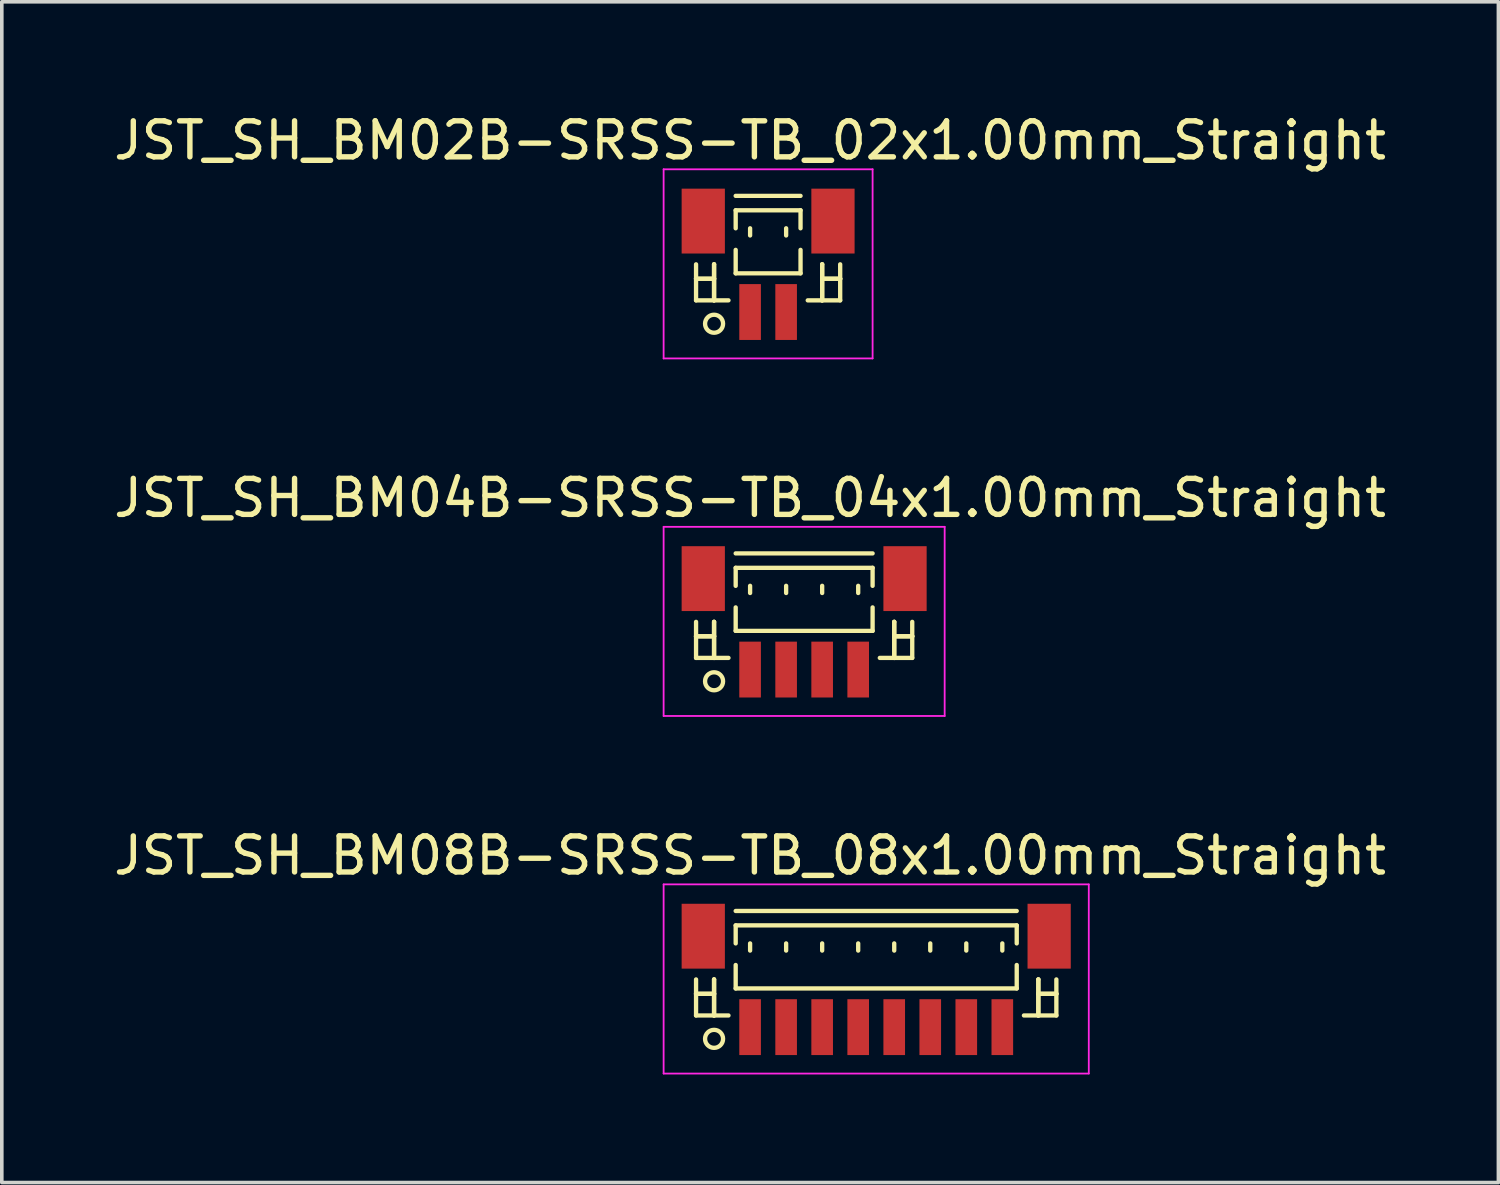
<source format=kicad_pcb>
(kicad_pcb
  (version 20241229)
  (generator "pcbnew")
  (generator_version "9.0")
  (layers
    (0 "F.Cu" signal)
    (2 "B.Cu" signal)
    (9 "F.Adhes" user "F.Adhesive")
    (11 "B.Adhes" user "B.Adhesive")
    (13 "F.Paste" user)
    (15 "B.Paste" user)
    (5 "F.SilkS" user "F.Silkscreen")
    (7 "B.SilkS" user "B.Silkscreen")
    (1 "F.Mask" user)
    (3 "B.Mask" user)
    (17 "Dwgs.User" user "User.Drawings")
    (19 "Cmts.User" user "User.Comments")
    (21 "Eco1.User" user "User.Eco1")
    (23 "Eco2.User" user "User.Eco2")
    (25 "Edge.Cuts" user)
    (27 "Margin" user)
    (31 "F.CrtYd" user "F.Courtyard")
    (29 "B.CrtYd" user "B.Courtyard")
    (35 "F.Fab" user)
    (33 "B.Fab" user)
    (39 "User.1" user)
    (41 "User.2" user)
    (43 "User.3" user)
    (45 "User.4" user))
  (footprint "JST_SH_BM02B-SRSS-TB_02x1.00mm_Straight"
    (layer "F.Cu")
    (at 18.268 4.348)
    (property "Reference" "JST_SH_BM02B-SRSS-TB_02x1.00mm_Straight" (at -0.5 -3.5 0) (layer "F.SilkS") (effects (font (size 1 1) (thickness 0.15))))
    (attr smd)
    (fp_line (start -2 -0.062) (end -2 0.938) (stroke (width 0.12) (type solid)) (layer "F.SilkS"))
    (fp_line (start -2 0.338) (end -2 0.338) (stroke (width 0.12) (type solid)) (layer "F.SilkS"))
    (fp_line (start -2 0.338) (end -1.5 0.338) (stroke (width 0.12) (type solid)) (layer "F.SilkS"))
    (fp_line (start -2 0.938) (end -1.1 0.938) (stroke (width 0.12) (type solid)) (layer "F.SilkS"))
    (fp_line (start -1.5 -0.062) (end -1.5 -0.062) (stroke (width 0.12) (type solid)) (layer "F.SilkS"))
    (fp_line (start -1.5 -0.062) (end -1.5 0.938) (stroke (width 0.12) (type solid)) (layer "F.SilkS"))
    (fp_line (start -1.5 0.338) (end -2 0.338) (stroke (width 0.12) (type solid)) (layer "F.SilkS"))
    (fp_line (start -1.5 0.338) (end -1.5 0.338) (stroke (width 0.12) (type solid)) (layer "F.SilkS"))
    (fp_line (start -1.5 0.938) (end -1.5 -0.062) (stroke (width 0.12) (type solid)) (layer "F.SilkS"))
    (fp_line (start -1.5 0.938) (end -1.5 0.938) (stroke (width 0.12) (type solid)) (layer "F.SilkS"))
    (fp_line (start -0.9 -1.962) (end 0.9 -1.962) (stroke (width 0.12) (type solid)) (layer "F.SilkS"))
    (fp_line (start -0.9 -1.562) (end 0.9 -1.562) (stroke (width 0.12) (type solid)) (layer "F.SilkS"))
    (fp_line (start -0.9 -1.062) (end -0.9 -1.562) (stroke (width 0.12) (type solid)) (layer "F.SilkS"))
    (fp_line (start -0.9 -0.463) (end -0.9 0.188) (stroke (width 0.12) (type solid)) (layer "F.SilkS"))
    (fp_line (start -0.9 0.188) (end 0.9 0.188) (stroke (width 0.12) (type solid)) (layer "F.SilkS"))
    (fp_line (start -0.5 -1.062) (end -0.5 -0.863) (stroke (width 0.12) (type solid)) (layer "F.SilkS"))
    (fp_line (start 0.5 -1.062) (end 0.5 -0.863) (stroke (width 0.12) (type solid)) (layer "F.SilkS"))
    (fp_line (start 0.9 -1.562) (end 0.9 -1.062) (stroke (width 0.12) (type solid)) (layer "F.SilkS"))
    (fp_line (start 0.9 0.188) (end 0.9 -0.463) (stroke (width 0.12) (type solid)) (layer "F.SilkS"))
    (fp_line (start 1.5 -0.062) (end 1.5 -0.062) (stroke (width 0.12) (type solid)) (layer "F.SilkS"))
    (fp_line (start 1.5 -0.062) (end 1.5 0.938) (stroke (width 0.12) (type solid)) (layer "F.SilkS"))
    (fp_line (start 1.5 0.338) (end 1.5 0.338) (stroke (width 0.12) (type solid)) (layer "F.SilkS"))
    (fp_line (start 1.5 0.338) (end 2 0.338) (stroke (width 0.12) (type solid)) (layer "F.SilkS"))
    (fp_line (start 1.5 0.938) (end 1.5 -0.062) (stroke (width 0.12) (type solid)) (layer "F.SilkS"))
    (fp_line (start 1.5 0.938) (end 1.5 0.938) (stroke (width 0.12) (type solid)) (layer "F.SilkS"))
    (fp_line (start 2 -0.062) (end 2 0.938) (stroke (width 0.12) (type solid)) (layer "F.SilkS"))
    (fp_line (start 2 0.338) (end 1.5 0.338) (stroke (width 0.12) (type solid)) (layer "F.SilkS"))
    (fp_line (start 2 0.338) (end 2 0.338) (stroke (width 0.12) (type solid)) (layer "F.SilkS"))
    (fp_line (start 2 0.938) (end 1.1 0.938) (stroke (width 0.12) (type solid)) (layer "F.SilkS"))
    (fp_circle (center -1.5 1.587) (end -1.25 1.587) (stroke (width 0.12) (type solid)) (fill no) (layer "F.SilkS"))
    (fp_line (start -2.9 -2.7) (end 2.9 -2.7) (stroke (width 0.05) (type solid)) (layer "F.CrtYd"))
    (fp_line (start -2.9 2.55) (end -2.9 -2.7) (stroke (width 0.05) (type solid)) (layer "F.CrtYd"))
    (fp_line (start 2.9 -2.7) (end 2.9 2.55) (stroke (width 0.05) (type solid)) (layer "F.CrtYd"))
    (fp_line (start 2.9 2.55) (end -2.9 2.55) (stroke (width 0.05) (type solid)) (layer "F.CrtYd"))
    (pad "" smd rect (at -1.8 -1.262) (size 1.2 1.8) (layers "F.Cu" "F.Mask" "F.Paste"))
    (pad "" smd rect (at 1.8 -1.262) (size 1.2 1.8) (layers "F.Cu" "F.Mask" "F.Paste"))
    (pad "1" smd rect (at -0.5 1.262) (size 0.6 1.55) (layers "F.Cu" "F.Mask" "F.Paste"))
    (pad "2" smd rect (at 0.5 1.262) (size 0.6 1.55) (layers "F.Cu" "F.Mask" "F.Paste")))
  (footprint "JST_SH_BM04B-SRSS-TB_04x1.00mm_Straight"
    (layer "F.Cu")
    (at 19.268 14.271)
    (property "Reference" "JST_SH_BM04B-SRSS-TB_04x1.00mm_Straight" (at -1.5 -3.5 0) (layer "F.SilkS") (effects (font (size 1 1) (thickness 0.15))))
    (attr smd)
    (fp_line (start -3 -0.062) (end -3 0.938) (stroke (width 0.12) (type solid)) (layer "F.SilkS"))
    (fp_line (start -3 0.338) (end -3 0.338) (stroke (width 0.12) (type solid)) (layer "F.SilkS"))
    (fp_line (start -3 0.338) (end -2.5 0.338) (stroke (width 0.12) (type solid)) (layer "F.SilkS"))
    (fp_line (start -3 0.938) (end -2.1 0.938) (stroke (width 0.12) (type solid)) (layer "F.SilkS"))
    (fp_line (start -2.5 -0.062) (end -2.5 -0.062) (stroke (width 0.12) (type solid)) (layer "F.SilkS"))
    (fp_line (start -2.5 -0.062) (end -2.5 0.938) (stroke (width 0.12) (type solid)) (layer "F.SilkS"))
    (fp_line (start -2.5 0.338) (end -3 0.338) (stroke (width 0.12) (type solid)) (layer "F.SilkS"))
    (fp_line (start -2.5 0.338) (end -2.5 0.338) (stroke (width 0.12) (type solid)) (layer "F.SilkS"))
    (fp_line (start -2.5 0.938) (end -2.5 -0.062) (stroke (width 0.12) (type solid)) (layer "F.SilkS"))
    (fp_line (start -2.5 0.938) (end -2.5 0.938) (stroke (width 0.12) (type solid)) (layer "F.SilkS"))
    (fp_line (start -1.9 -1.962) (end 1.9 -1.962) (stroke (width 0.12) (type solid)) (layer "F.SilkS"))
    (fp_line (start -1.9 -1.562) (end 1.9 -1.562) (stroke (width 0.12) (type solid)) (layer "F.SilkS"))
    (fp_line (start -1.9 -1.062) (end -1.9 -1.562) (stroke (width 0.12) (type solid)) (layer "F.SilkS"))
    (fp_line (start -1.9 -0.463) (end -1.9 0.188) (stroke (width 0.12) (type solid)) (layer "F.SilkS"))
    (fp_line (start -1.9 0.188) (end 1.9 0.188) (stroke (width 0.12) (type solid)) (layer "F.SilkS"))
    (fp_line (start -1.5 -1.062) (end -1.5 -0.863) (stroke (width 0.12) (type solid)) (layer "F.SilkS"))
    (fp_line (start -0.5 -1.062) (end -0.5 -0.863) (stroke (width 0.12) (type solid)) (layer "F.SilkS"))
    (fp_line (start 0.5 -1.062) (end 0.5 -0.863) (stroke (width 0.12) (type solid)) (layer "F.SilkS"))
    (fp_line (start 1.5 -1.062) (end 1.5 -0.863) (stroke (width 0.12) (type solid)) (layer "F.SilkS"))
    (fp_line (start 1.9 -1.562) (end 1.9 -1.062) (stroke (width 0.12) (type solid)) (layer "F.SilkS"))
    (fp_line (start 1.9 0.188) (end 1.9 -0.463) (stroke (width 0.12) (type solid)) (layer "F.SilkS"))
    (fp_line (start 2.5 -0.062) (end 2.5 -0.062) (stroke (width 0.12) (type solid)) (layer "F.SilkS"))
    (fp_line (start 2.5 -0.062) (end 2.5 0.938) (stroke (width 0.12) (type solid)) (layer "F.SilkS"))
    (fp_line (start 2.5 0.338) (end 2.5 0.338) (stroke (width 0.12) (type solid)) (layer "F.SilkS"))
    (fp_line (start 2.5 0.338) (end 3 0.338) (stroke (width 0.12) (type solid)) (layer "F.SilkS"))
    (fp_line (start 2.5 0.938) (end 2.5 -0.062) (stroke (width 0.12) (type solid)) (layer "F.SilkS"))
    (fp_line (start 2.5 0.938) (end 2.5 0.938) (stroke (width 0.12) (type solid)) (layer "F.SilkS"))
    (fp_line (start 3 -0.062) (end 3 0.938) (stroke (width 0.12) (type solid)) (layer "F.SilkS"))
    (fp_line (start 3 0.338) (end 2.5 0.338) (stroke (width 0.12) (type solid)) (layer "F.SilkS"))
    (fp_line (start 3 0.338) (end 3 0.338) (stroke (width 0.12) (type solid)) (layer "F.SilkS"))
    (fp_line (start 3 0.938) (end 2.1 0.938) (stroke (width 0.12) (type solid)) (layer "F.SilkS"))
    (fp_circle (center -2.5 1.587) (end -2.25 1.587) (stroke (width 0.12) (type solid)) (fill no) (layer "F.SilkS"))
    (fp_line (start -3.9 -2.7) (end 3.9 -2.7) (stroke (width 0.05) (type solid)) (layer "F.CrtYd"))
    (fp_line (start -3.9 2.55) (end -3.9 -2.7) (stroke (width 0.05) (type solid)) (layer "F.CrtYd"))
    (fp_line (start 3.9 -2.7) (end 3.9 2.55) (stroke (width 0.05) (type solid)) (layer "F.CrtYd"))
    (fp_line (start 3.9 2.55) (end -3.9 2.55) (stroke (width 0.05) (type solid)) (layer "F.CrtYd"))
    (pad "" smd rect (at -2.8 -1.262) (size 1.2 1.8) (layers "F.Cu" "F.Mask" "F.Paste"))
    (pad "" smd rect (at 2.8 -1.262) (size 1.2 1.8) (layers "F.Cu" "F.Mask" "F.Paste"))
    (pad "1" smd rect (at -1.5 1.262) (size 0.6 1.55) (layers "F.Cu" "F.Mask" "F.Paste"))
    (pad "2" smd rect (at -0.5 1.262) (size 0.6 1.55) (layers "F.Cu" "F.Mask" "F.Paste"))
    (pad "3" smd rect (at 0.5 1.262) (size 0.6 1.55) (layers "F.Cu" "F.Mask" "F.Paste"))
    (pad "4" smd rect (at 1.5 1.262) (size 0.6 1.55) (layers "F.Cu" "F.Mask" "F.Paste")))
  (footprint "JST_SH_BM08B-SRSS-TB_08x1.00mm_Straight"
    (layer "F.Cu")
    (at 21.268 24.195)
    (property "Reference" "JST_SH_BM08B-SRSS-TB_08x1.00mm_Straight" (at -3.5 -3.5 0) (layer "F.SilkS") (effects (font (size 1 1) (thickness 0.15))))
    (attr smd)
    (fp_line (start -5 -0.062) (end -5 0.938) (stroke (width 0.12) (type solid)) (layer "F.SilkS"))
    (fp_line (start -5 0.338) (end -5 0.338) (stroke (width 0.12) (type solid)) (layer "F.SilkS"))
    (fp_line (start -5 0.338) (end -4.5 0.338) (stroke (width 0.12) (type solid)) (layer "F.SilkS"))
    (fp_line (start -5 0.938) (end -4.1 0.938) (stroke (width 0.12) (type solid)) (layer "F.SilkS"))
    (fp_line (start -4.5 -0.062) (end -4.5 -0.062) (stroke (width 0.12) (type solid)) (layer "F.SilkS"))
    (fp_line (start -4.5 -0.062) (end -4.5 0.938) (stroke (width 0.12) (type solid)) (layer "F.SilkS"))
    (fp_line (start -4.5 0.338) (end -5 0.338) (stroke (width 0.12) (type solid)) (layer "F.SilkS"))
    (fp_line (start -4.5 0.338) (end -4.5 0.338) (stroke (width 0.12) (type solid)) (layer "F.SilkS"))
    (fp_line (start -4.5 0.938) (end -4.5 -0.062) (stroke (width 0.12) (type solid)) (layer "F.SilkS"))
    (fp_line (start -4.5 0.938) (end -4.5 0.938) (stroke (width 0.12) (type solid)) (layer "F.SilkS"))
    (fp_line (start -3.9 -1.962) (end 3.9 -1.962) (stroke (width 0.12) (type solid)) (layer "F.SilkS"))
    (fp_line (start -3.9 -1.562) (end 3.9 -1.562) (stroke (width 0.12) (type solid)) (layer "F.SilkS"))
    (fp_line (start -3.9 -1.062) (end -3.9 -1.562) (stroke (width 0.12) (type solid)) (layer "F.SilkS"))
    (fp_line (start -3.9 -0.463) (end -3.9 0.188) (stroke (width 0.12) (type solid)) (layer "F.SilkS"))
    (fp_line (start -3.9 0.188) (end 3.9 0.188) (stroke (width 0.12) (type solid)) (layer "F.SilkS"))
    (fp_line (start -3.5 -1.062) (end -3.5 -0.863) (stroke (width 0.12) (type solid)) (layer "F.SilkS"))
    (fp_line (start -2.5 -1.062) (end -2.5 -0.863) (stroke (width 0.12) (type solid)) (layer "F.SilkS"))
    (fp_line (start -1.5 -1.062) (end -1.5 -0.863) (stroke (width 0.12) (type solid)) (layer "F.SilkS"))
    (fp_line (start -0.5 -1.062) (end -0.5 -0.863) (stroke (width 0.12) (type solid)) (layer "F.SilkS"))
    (fp_line (start 0.5 -1.062) (end 0.5 -0.863) (stroke (width 0.12) (type solid)) (layer "F.SilkS"))
    (fp_line (start 1.5 -1.062) (end 1.5 -0.863) (stroke (width 0.12) (type solid)) (layer "F.SilkS"))
    (fp_line (start 2.5 -1.062) (end 2.5 -0.863) (stroke (width 0.12) (type solid)) (layer "F.SilkS"))
    (fp_line (start 3.5 -1.062) (end 3.5 -0.863) (stroke (width 0.12) (type solid)) (layer "F.SilkS"))
    (fp_line (start 3.9 -1.562) (end 3.9 -1.062) (stroke (width 0.12) (type solid)) (layer "F.SilkS"))
    (fp_line (start 3.9 0.188) (end 3.9 -0.463) (stroke (width 0.12) (type solid)) (layer "F.SilkS"))
    (fp_line (start 4.5 -0.062) (end 4.5 -0.062) (stroke (width 0.12) (type solid)) (layer "F.SilkS"))
    (fp_line (start 4.5 -0.062) (end 4.5 0.938) (stroke (width 0.12) (type solid)) (layer "F.SilkS"))
    (fp_line (start 4.5 0.338) (end 4.5 0.338) (stroke (width 0.12) (type solid)) (layer "F.SilkS"))
    (fp_line (start 4.5 0.338) (end 5 0.338) (stroke (width 0.12) (type solid)) (layer "F.SilkS"))
    (fp_line (start 4.5 0.938) (end 4.5 -0.062) (stroke (width 0.12) (type solid)) (layer "F.SilkS"))
    (fp_line (start 4.5 0.938) (end 4.5 0.938) (stroke (width 0.12) (type solid)) (layer "F.SilkS"))
    (fp_line (start 5 -0.062) (end 5 0.938) (stroke (width 0.12) (type solid)) (layer "F.SilkS"))
    (fp_line (start 5 0.338) (end 4.5 0.338) (stroke (width 0.12) (type solid)) (layer "F.SilkS"))
    (fp_line (start 5 0.338) (end 5 0.338) (stroke (width 0.12) (type solid)) (layer "F.SilkS"))
    (fp_line (start 5 0.938) (end 4.1 0.938) (stroke (width 0.12) (type solid)) (layer "F.SilkS"))
    (fp_circle (center -4.5 1.587) (end -4.25 1.587) (stroke (width 0.12) (type solid)) (fill no) (layer "F.SilkS"))
    (fp_line (start -5.9 -2.7) (end 5.9 -2.7) (stroke (width 0.05) (type solid)) (layer "F.CrtYd"))
    (fp_line (start -5.9 2.55) (end -5.9 -2.7) (stroke (width 0.05) (type solid)) (layer "F.CrtYd"))
    (fp_line (start 5.9 -2.7) (end 5.9 2.55) (stroke (width 0.05) (type solid)) (layer "F.CrtYd"))
    (fp_line (start 5.9 2.55) (end -5.9 2.55) (stroke (width 0.05) (type solid)) (layer "F.CrtYd"))
    (pad "" smd rect (at -4.8 -1.262) (size 1.2 1.8) (layers "F.Cu" "F.Mask" "F.Paste"))
    (pad "" smd rect (at 4.8 -1.262) (size 1.2 1.8) (layers "F.Cu" "F.Mask" "F.Paste"))
    (pad "1" smd rect (at -3.5 1.262) (size 0.6 1.55) (layers "F.Cu" "F.Mask" "F.Paste"))
    (pad "2" smd rect (at -2.5 1.262) (size 0.6 1.55) (layers "F.Cu" "F.Mask" "F.Paste"))
    (pad "3" smd rect (at -1.5 1.262) (size 0.6 1.55) (layers "F.Cu" "F.Mask" "F.Paste"))
    (pad "4" smd rect (at -0.5 1.262) (size 0.6 1.55) (layers "F.Cu" "F.Mask" "F.Paste"))
    (pad "5" smd rect (at 0.5 1.262) (size 0.6 1.55) (layers "F.Cu" "F.Mask" "F.Paste"))
    (pad "6" smd rect (at 1.5 1.262) (size 0.6 1.55) (layers "F.Cu" "F.Mask" "F.Paste"))
    (pad "7" smd rect (at 2.5 1.262) (size 0.6 1.55) (layers "F.Cu" "F.Mask" "F.Paste"))
    (pad "8" smd rect (at 3.5 1.262) (size 0.6 1.55) (layers "F.Cu" "F.Mask" "F.Paste")))
  (gr_rect
    (start -3 -3)
    (end 38.536 29.77)
    (stroke (width 0.1) (type default))
    (fill no)
    (layer "Edge.Cuts")))
</source>
